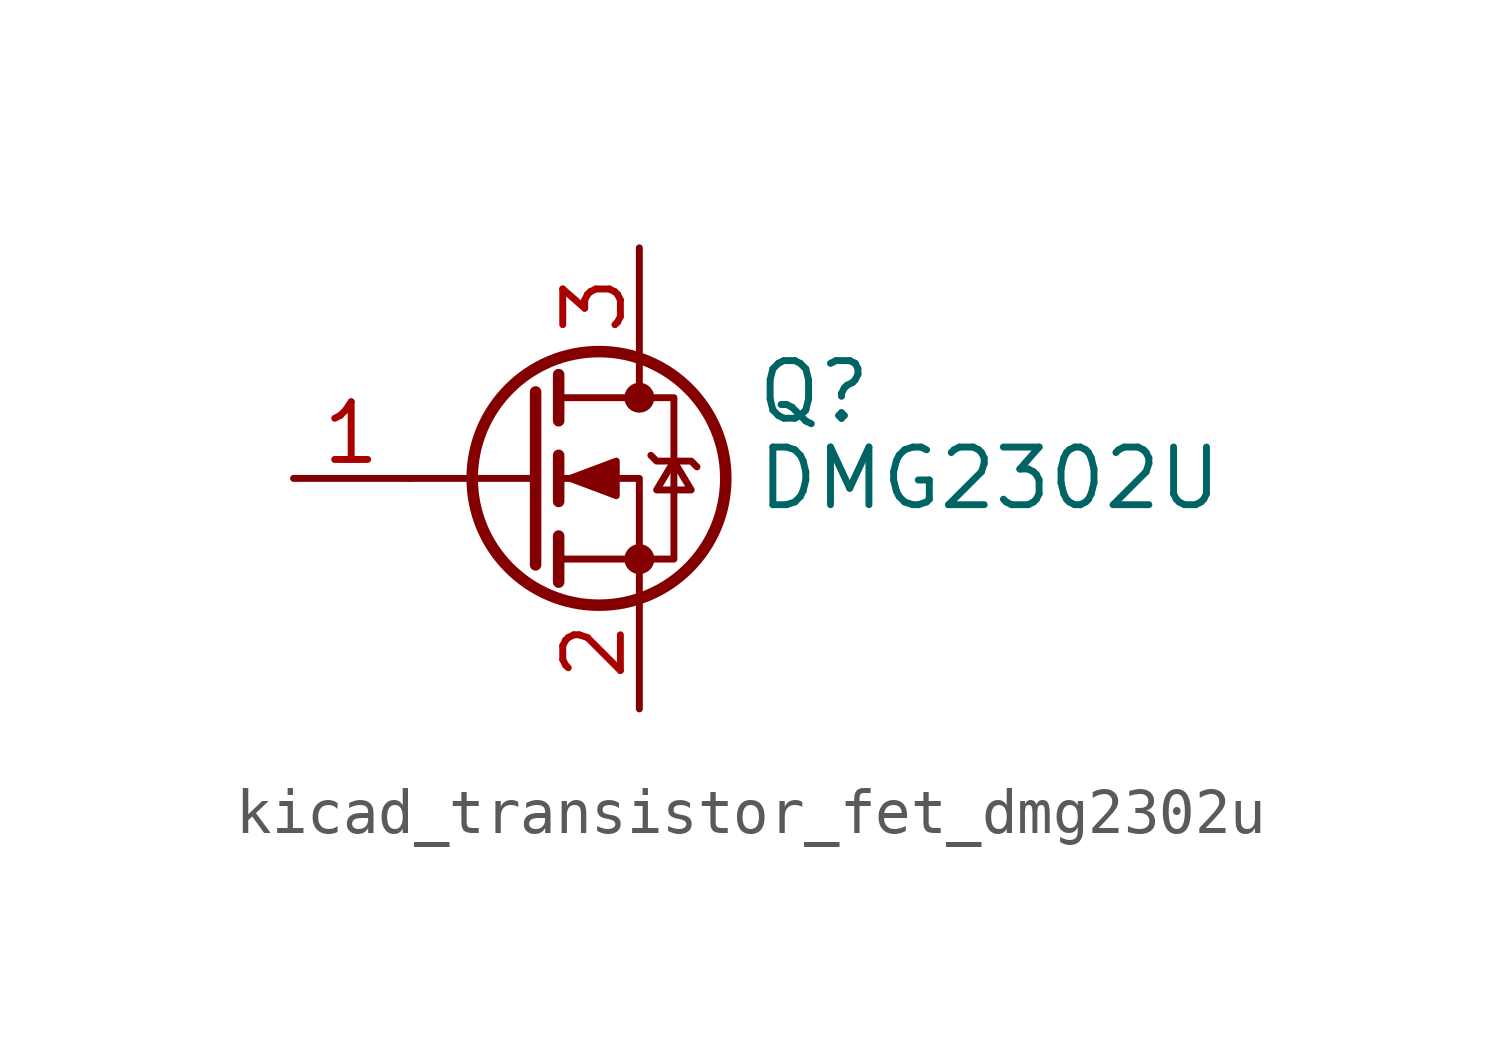
<source format=kicad_sym>
(kicad_symbol_lib
  (version 20220914)
  (generator kicad_symbol_editor)
  (symbol "kicad_transistor_fet_dmg2302u"
    (pin_names hide)
    (property "Reference" "Q"
      (at 5.08 1.905 0)
      (effects (font (size 1.27 1.27)) (justify left)))
    (property "Value" "DMG2302U"
      (at 5.08 0 0)
      (effects (font (size 1.27 1.27)) (justify left)))
    (symbol "kicad_transistor_fet_dmg2302u_0_1"
      (polyline (pts (xy 0.254 0) (xy -2.54 0)) (stroke (width 0) (type default)) (fill (type none)))
      (polyline (pts (xy 0.254 1.905) (xy 0.254 -1.905)) (stroke (width 0.254) (type default)) (fill (type none)))
      (polyline (pts (xy 0.762 -1.27) (xy 0.762 -2.286)) (stroke (width 0.254) (type default)) (fill (type none)))
      (polyline (pts (xy 0.762 0.508) (xy 0.762 -0.508)) (stroke (width 0.254) (type default)) (fill (type none)))
      (polyline (pts (xy 0.762 2.286) (xy 0.762 1.27)) (stroke (width 0.254) (type default)) (fill (type none)))
      (polyline (pts (xy 2.54 2.54) (xy 2.54 1.778)) (stroke (width 0) (type default)) (fill (type none)))
      (polyline (pts (xy 2.54 -2.54) (xy 2.54 0) (xy 0.762 0)) (stroke (width 0) (type default)) (fill (type none)))
      (polyline (pts (xy 0.762 -1.778) (xy 3.302 -1.778) (xy 3.302 1.778) (xy 0.762 1.778)) (stroke (width 0) (type default)) (fill (type none)))
      (polyline (pts (xy 1.016 0) (xy 2.032 0.381) (xy 2.032 -0.381) (xy 1.016 0)) (stroke (width 0) (type default)) (fill (type outline)))
      (polyline (pts (xy 2.794 0.508) (xy 2.921 0.381) (xy 3.683 0.381) (xy 3.81 0.254)) (stroke (width 0) (type default)) (fill (type none)))
      (polyline (pts (xy 3.302 0.381) (xy 2.921 -0.254) (xy 3.683 -0.254) (xy 3.302 0.381)) (stroke (width 0) (type default)) (fill (type none)))
      (circle (center 1.651 0) (radius 2.794) (stroke (width 0.254) (type default)) (fill (type none)))
      (circle (center 2.54 -1.778) (radius 0.254) (stroke (width 0) (type default)) (fill (type outline)))
      (circle (center 2.54 1.778) (radius 0.254) (stroke (width 0) (type default)) (fill (type outline))))
    (symbol "kicad_transistor_fet_dmg2302u_1_1"
      (pin input line (at -5.08 0 0) (length 2.54) (name "G" (effects (font (size 1.27 1.27)))) (number "1" (effects (font (size 1.27 1.27)))))
      (pin passive line (at 2.54 -5.08 90) (length 2.54) (name "S" (effects (font (size 1.27 1.27)))) (number "2" (effects (font (size 1.27 1.27)))))
      (pin passive line (at 2.54 5.08 270) (length 2.54) (name "D" (effects (font (size 1.27 1.27)))) (number "3" (effects (font (size 1.27 1.27))))))))
</source>
